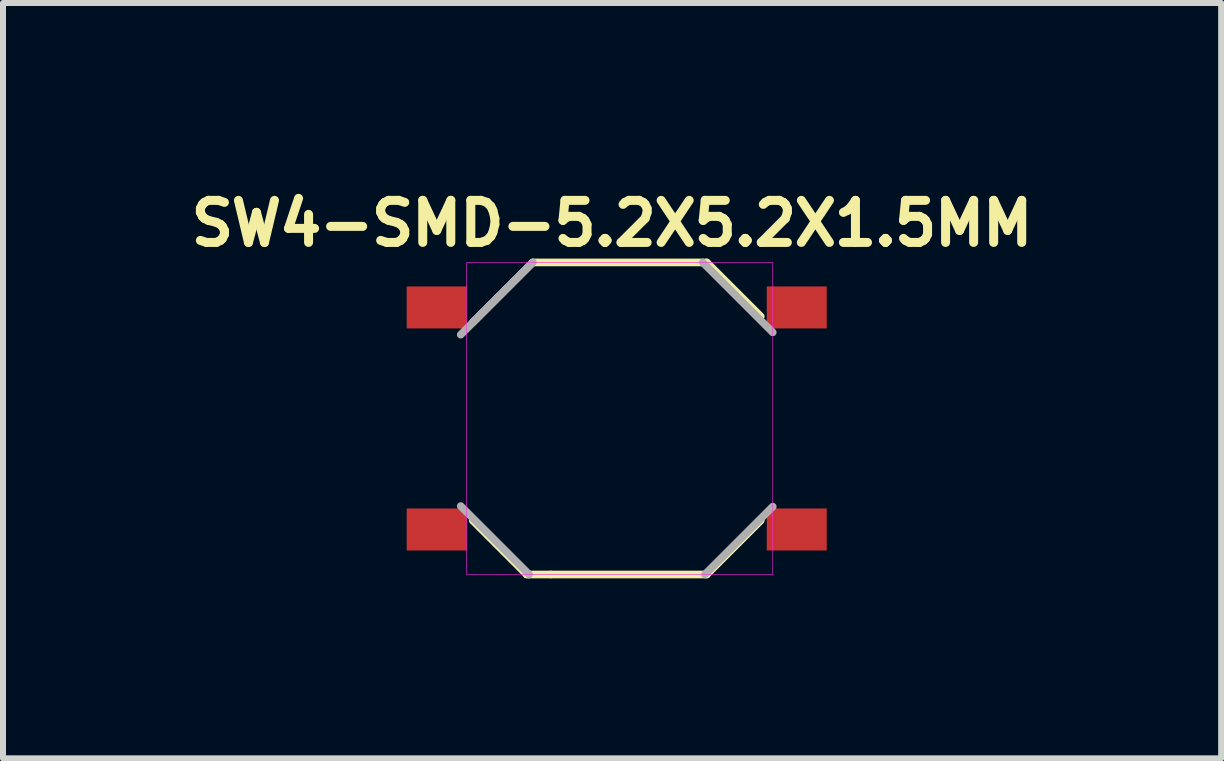
<source format=kicad_pcb>
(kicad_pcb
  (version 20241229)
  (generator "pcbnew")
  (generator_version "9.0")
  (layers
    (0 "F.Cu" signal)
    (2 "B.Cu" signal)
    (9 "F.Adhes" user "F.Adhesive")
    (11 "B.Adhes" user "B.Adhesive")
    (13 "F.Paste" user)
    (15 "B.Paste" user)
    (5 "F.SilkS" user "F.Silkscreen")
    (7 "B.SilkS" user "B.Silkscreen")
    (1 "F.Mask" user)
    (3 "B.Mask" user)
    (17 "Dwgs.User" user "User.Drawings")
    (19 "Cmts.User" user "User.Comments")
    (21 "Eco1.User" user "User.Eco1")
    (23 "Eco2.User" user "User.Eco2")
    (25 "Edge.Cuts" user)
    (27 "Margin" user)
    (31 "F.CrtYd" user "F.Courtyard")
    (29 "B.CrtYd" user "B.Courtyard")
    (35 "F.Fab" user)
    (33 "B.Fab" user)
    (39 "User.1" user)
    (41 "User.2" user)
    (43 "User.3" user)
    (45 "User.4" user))
  (footprint "SW4-SMD-5.2X5.2X1.5MM"
    (layer "F.Cu")
    (at 7.227 3.923)
    (property "Reference" "SW4-SMD-5.2X5.2X1.5MM" (at -0.078 -3.25 0) (layer "F.SilkS") (effects (font (size 0.701 0.701) (thickness 0.15))))
    (attr smd)
    (fp_line (start -1.5 2.6) (end -2.4 1.7) (stroke (width 0.127) (type solid)) (layer "F.SilkS"))
    (fp_line (start -1.46 2.6) (end -1.5 2.6) (stroke (width 0.127) (type solid)) (layer "F.SilkS"))
    (fp_line (start -1.4 -2.6) (end -2.4 -1.6) (stroke (width 0.127) (type solid)) (layer "F.SilkS"))
    (fp_line (start -1.4 -2.6) (end 1.5 -2.6) (stroke (width 0.127) (type solid)) (layer "F.SilkS"))
    (fp_line (start -1.1 2.6) (end -1.46 2.6) (stroke (width 0.127) (type solid)) (layer "F.SilkS"))
    (fp_line (start 1.5 -2.6) (end 2.4 -1.7) (stroke (width 0.127) (type solid)) (layer "F.SilkS"))
    (fp_line (start 1.5 2.6) (end -1.1 2.6) (stroke (width 0.127) (type solid)) (layer "F.SilkS"))
    (fp_line (start 1.5 2.6) (end 2.4 1.7) (stroke (width 0.127) (type solid)) (layer "F.SilkS"))
    (fp_poly (pts (xy -2.501 -2.6) (xy 2.6 -2.6) (xy 2.6 2.601) (xy -2.501 2.601)) (stroke (width 0.01) (type solid)) (fill no) (layer "F.CrtYd"))
    (fp_line (start -2.6 -1.396) (end -1.396 -2.6) (stroke (width 0.127) (type solid)) (layer "F.Fab"))
    (fp_line (start -1.46 2.6) (end -2.6 1.46) (stroke (width 0.127) (type solid)) (layer "F.Fab"))
    (fp_line (start 1.434 -2.6) (end 2.6 -1.434) (stroke (width 0.127) (type solid)) (layer "F.Fab"))
    (fp_line (start 2.6 1.469) (end 1.469 2.6) (stroke (width 0.127) (type solid)) (layer "F.Fab"))
    (pad "1" smd rect (at -3 -1.85) (size 1 0.7) (layers "F.Cu" "F.Mask" "F.Paste"))
    (pad "2" smd rect (at 3 -1.85) (size 1 0.7) (layers "F.Cu" "F.Mask" "F.Paste"))
    (pad "3" smd rect (at -3 1.85) (size 1 0.7) (layers "F.Cu" "F.Mask" "F.Paste"))
    (pad "4" smd rect (at 3 1.85) (size 1 0.7) (layers "F.Cu" "F.Mask" "F.Paste")))
  (gr_rect
    (start -3 -3)
    (end 17.299 9.587)
    (stroke (width 0.1) (type default))
    (fill no)
    (layer "Edge.Cuts")))
</source>
